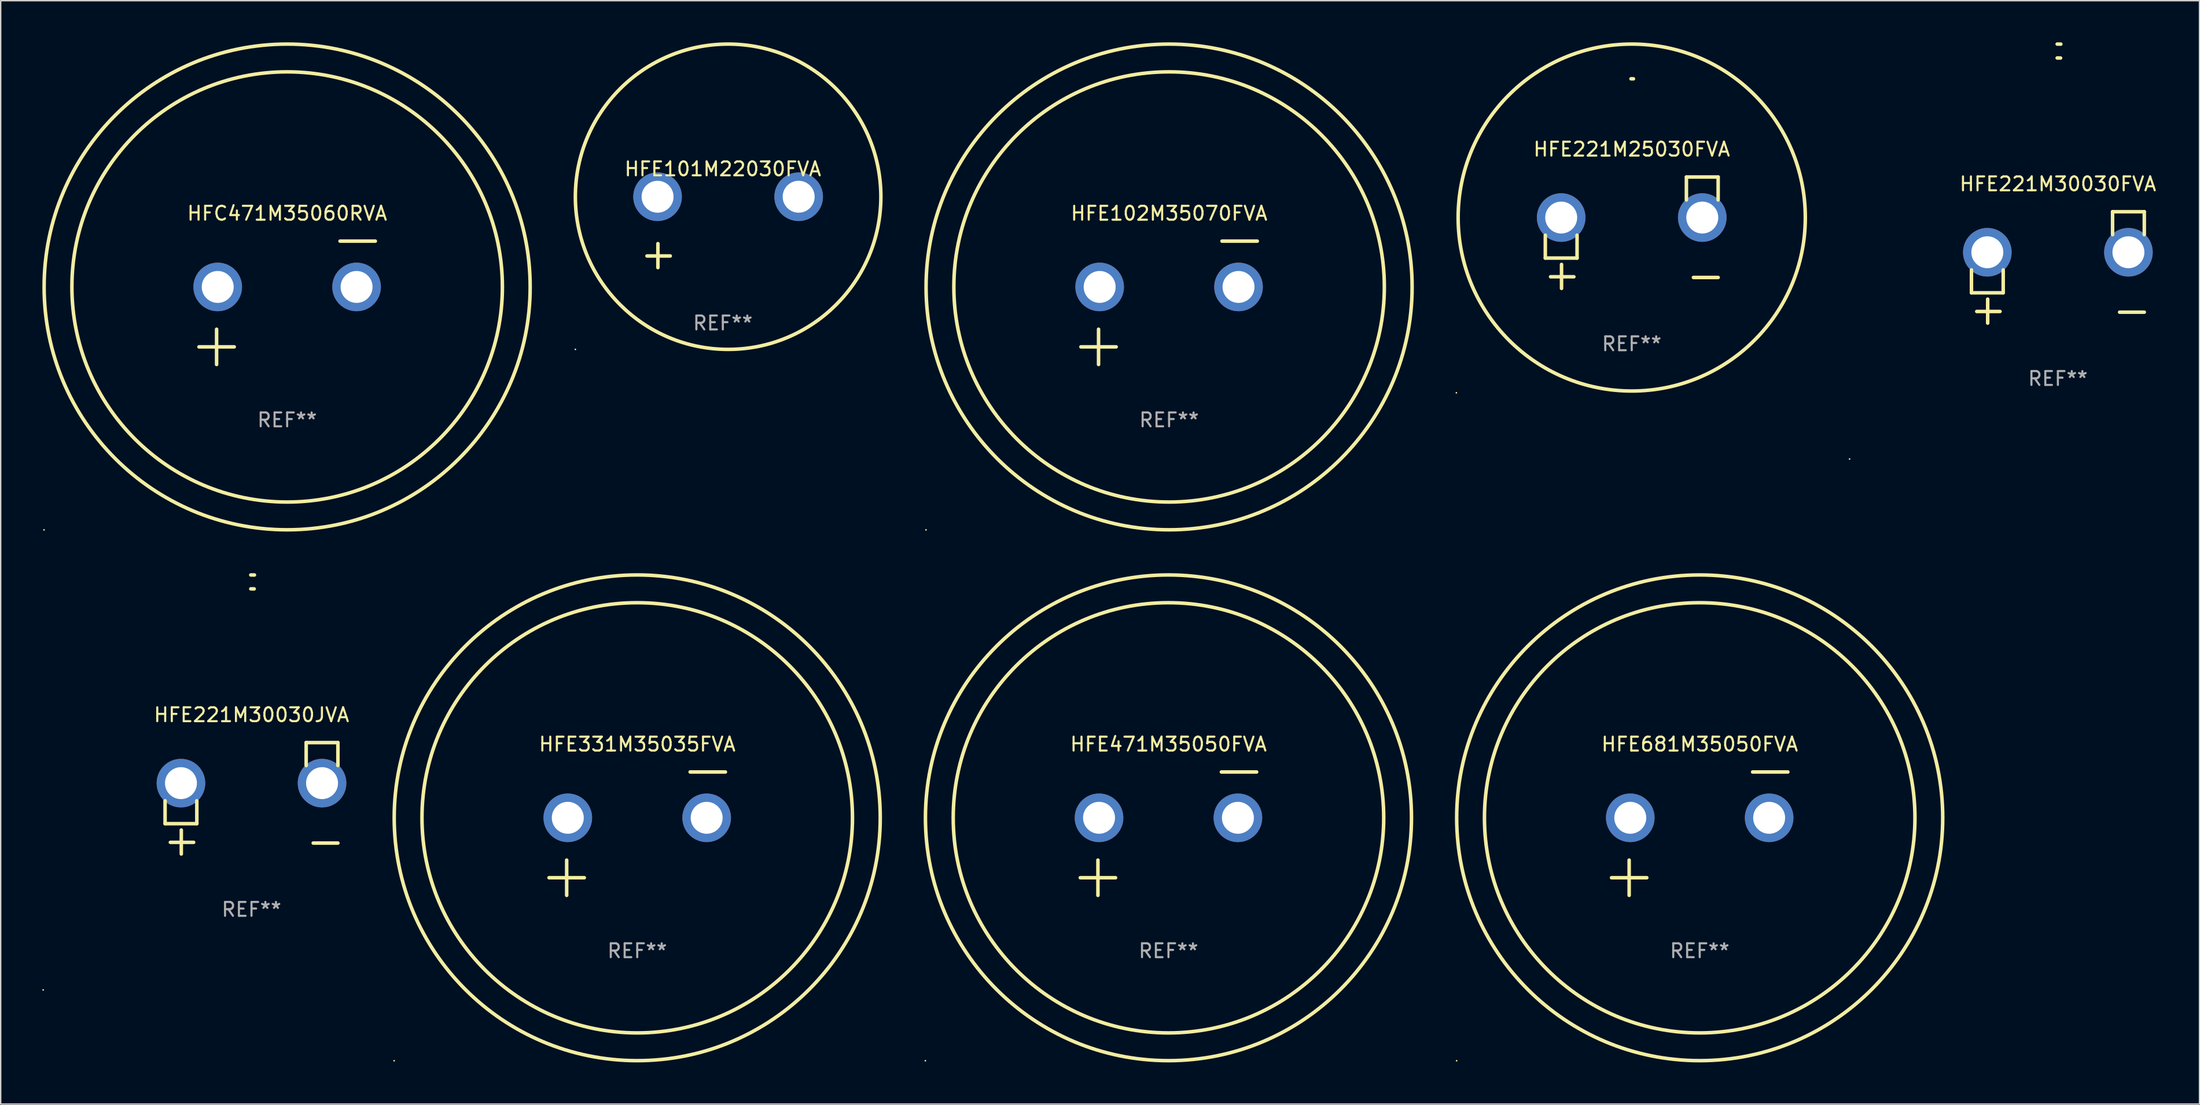
<source format=kicad_pcb>
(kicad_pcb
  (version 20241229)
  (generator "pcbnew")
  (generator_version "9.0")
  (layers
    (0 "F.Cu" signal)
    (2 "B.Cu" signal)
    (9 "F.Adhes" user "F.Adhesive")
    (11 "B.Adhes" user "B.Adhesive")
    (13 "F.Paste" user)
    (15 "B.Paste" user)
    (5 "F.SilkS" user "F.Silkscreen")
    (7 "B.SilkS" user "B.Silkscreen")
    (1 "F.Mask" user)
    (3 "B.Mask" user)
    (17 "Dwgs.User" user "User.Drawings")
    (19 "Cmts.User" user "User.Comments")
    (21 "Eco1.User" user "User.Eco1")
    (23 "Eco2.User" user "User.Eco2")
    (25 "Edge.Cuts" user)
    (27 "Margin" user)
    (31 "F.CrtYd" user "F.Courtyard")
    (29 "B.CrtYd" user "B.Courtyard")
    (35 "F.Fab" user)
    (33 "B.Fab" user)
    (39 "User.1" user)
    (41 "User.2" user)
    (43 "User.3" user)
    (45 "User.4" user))
  (footprint "HFE221M30030JVA"
    (layer "F.Cu")
    (at 15.06 54.475)
    (property "Reference" "HFE221M30030JVA" (at 0 -6.013 0) (layer "F.SilkS") (effects (font (size 1 1) (thickness 0.15))))
    (attr through_hole)
    (fp_line (start -6.223 0.178) (end -6.223 1.829) (stroke (width 0.254) (type solid)) (layer "F.SilkS"))
    (fp_line (start -6.223 1.829) (end -3.937 1.829) (stroke (width 0.254) (type solid)) (layer "F.SilkS"))
    (fp_line (start -5.055 4.013) (end -5.055 2.286) (stroke (width 0.254) (type solid)) (layer "F.SilkS"))
    (fp_line (start -4.166 3.175) (end -5.842 3.175) (stroke (width 0.254) (type solid)) (layer "F.SilkS"))
    (fp_line (start -3.937 1.829) (end -3.937 0.178) (stroke (width 0.254) (type solid)) (layer "F.SilkS"))
    (fp_line (start 3.937 -4.013) (end 3.937 -2.362) (stroke (width 0.254) (type solid)) (layer "F.SilkS"))
    (fp_line (start 6.223 -4.013) (end 3.937 -4.013) (stroke (width 0.254) (type solid)) (layer "F.SilkS"))
    (fp_line (start 6.223 -2.362) (end 6.223 -4.013) (stroke (width 0.254) (type solid)) (layer "F.SilkS"))
    (fp_line (start 6.223 3.226) (end 4.445 3.226) (stroke (width 0.254) (type solid)) (layer "F.SilkS"))
    (fp_arc (start -0.0508 -16.093472) (mid 0.080016 -16.092762) (end 0.210821 -16.090932) (stroke (width 0.254001) (type solid)) (layer "F.SilkS"))
    (fp_arc (start -0.0508 -15.09271) (mid 0.071125 -15.091961) (end 0.19304 -15.09017) (stroke (width 0.254001) (type solid)) (layer "F.SilkS"))
    (fp_circle (center -15 13.808) (end -14.97 13.808) (stroke (width 0.06) (type solid)) (fill no) (layer "F.SilkS"))
    (fp_text user "REF**" (at 0 8.013 0) (layer "F.Fab") (effects (font (size 1 1) (thickness 0.15))))
    (pad "1" thru_hole circle (at -5.08 -1.092) (size 3.5 3.5) (drill 2.3) (layers "*.Cu" "*.Mask"))
    (pad "2" thru_hole circle (at 5.08 -1.092) (size 3.5 3.5) (drill 2.3) (layers "*.Cu" "*.Mask")))
  (footprint "HFE221M30030FVA"
    (layer "F.Cu")
    (at 145.136 16.22)
    (property "Reference" "HFE221M30030FVA" (at 0 -6.013 0) (layer "F.SilkS") (effects (font (size 1 1) (thickness 0.15))))
    (attr through_hole)
    (fp_line (start -6.223 0.178) (end -6.223 1.829) (stroke (width 0.254) (type solid)) (layer "F.SilkS"))
    (fp_line (start -6.223 1.829) (end -3.937 1.829) (stroke (width 0.254) (type solid)) (layer "F.SilkS"))
    (fp_line (start -5.055 4.013) (end -5.055 2.286) (stroke (width 0.254) (type solid)) (layer "F.SilkS"))
    (fp_line (start -4.166 3.175) (end -5.842 3.175) (stroke (width 0.254) (type solid)) (layer "F.SilkS"))
    (fp_line (start -3.937 1.829) (end -3.937 0.178) (stroke (width 0.254) (type solid)) (layer "F.SilkS"))
    (fp_line (start 3.937 -4.013) (end 3.937 -2.362) (stroke (width 0.254) (type solid)) (layer "F.SilkS"))
    (fp_line (start 6.223 -4.013) (end 3.937 -4.013) (stroke (width 0.254) (type solid)) (layer "F.SilkS"))
    (fp_line (start 6.223 -2.362) (end 6.223 -4.013) (stroke (width 0.254) (type solid)) (layer "F.SilkS"))
    (fp_line (start 6.223 3.226) (end 4.445 3.226) (stroke (width 0.254) (type solid)) (layer "F.SilkS"))
    (fp_arc (start -0.0508 -16.093472) (mid 0.080016 -16.092762) (end 0.210821 -16.090932) (stroke (width 0.254001) (type solid)) (layer "F.SilkS"))
    (fp_arc (start -0.0508 -15.09271) (mid 0.071125 -15.091961) (end 0.19304 -15.09017) (stroke (width 0.254001) (type solid)) (layer "F.SilkS"))
    (fp_circle (center -15 13.808) (end -14.97 13.808) (stroke (width 0.06) (type solid)) (fill no) (layer "F.SilkS"))
    (fp_text user "REF**" (at 0 8.013 0) (layer "F.Fab") (effects (font (size 1 1) (thickness 0.15))))
    (pad "1" thru_hole circle (at -5.08 -1.092) (size 3.5 3.5) (drill 2.3) (layers "*.Cu" "*.Mask"))
    (pad "2" thru_hole circle (at 5.08 -1.092) (size 3.5 3.5) (drill 2.3) (layers "*.Cu" "*.Mask")))
  (footprint "HFE471M35050FVA"
    (layer "F.Cu")
    (at 81.09 57.024)
    (property "Reference" "HFE471M35050FVA" (at 0 -6.445 0) (layer "F.SilkS") (effects (font (size 1 1) (thickness 0.15))))
    (attr through_hole)
    (fp_line (start -6.35 3.175) (end -3.81 3.175) (stroke (width 0.254) (type solid)) (layer "F.SilkS"))
    (fp_line (start -5.08 1.905) (end -5.08 4.445) (stroke (width 0.254) (type solid)) (layer "F.SilkS"))
    (fp_line (start 3.81 -4.445) (end 6.35 -4.445) (stroke (width 0.254) (type solid)) (layer "F.SilkS"))
    (fp_circle (center -17.505 16.362) (end -17.475 16.362) (stroke (width 0.06) (type solid)) (fill no) (layer "F.SilkS"))
    (fp_circle (center 0 -1.143) (end 15.5 -1.143) (stroke (width 0.254) (type solid)) (fill no) (layer "F.SilkS"))
    (fp_circle (center 0 -1.143) (end 17.5 -1.143) (stroke (width 0.254) (type solid)) (fill no) (layer "F.SilkS"))
    (fp_text user "REF**" (at 0 8.445 0) (layer "F.Fab") (effects (font (size 1 1) (thickness 0.15))))
    (pad "1" thru_hole circle (at -5 -1.143) (size 3.5 3.5) (drill 2.3) (layers "*.Cu" "*.Mask"))
    (pad "2" thru_hole circle (at 5 -1.143) (size 3.5 3.5) (drill 2.3) (layers "*.Cu" "*.Mask")))
  (footprint "HFE681M35050FVA"
    (layer "F.Cu")
    (at 119.344 57.024)
    (property "Reference" "HFE681M35050FVA" (at 0 -6.445 0) (layer "F.SilkS") (effects (font (size 1 1) (thickness 0.15))))
    (attr through_hole)
    (fp_line (start -6.35 3.175) (end -3.81 3.175) (stroke (width 0.254) (type solid)) (layer "F.SilkS"))
    (fp_line (start -5.08 1.905) (end -5.08 4.445) (stroke (width 0.254) (type solid)) (layer "F.SilkS"))
    (fp_line (start 3.81 -4.445) (end 6.35 -4.445) (stroke (width 0.254) (type solid)) (layer "F.SilkS"))
    (fp_circle (center -17.505 16.362) (end -17.475 16.362) (stroke (width 0.06) (type solid)) (fill no) (layer "F.SilkS"))
    (fp_circle (center 0 -1.143) (end 15.5 -1.143) (stroke (width 0.254) (type solid)) (fill no) (layer "F.SilkS"))
    (fp_circle (center 0 -1.143) (end 17.5 -1.143) (stroke (width 0.254) (type solid)) (fill no) (layer "F.SilkS"))
    (fp_text user "REF**" (at 0 8.445 0) (layer "F.Fab") (effects (font (size 1 1) (thickness 0.15))))
    (pad "1" thru_hole circle (at -5 -1.143) (size 3.5 3.5) (drill 2.3) (layers "*.Cu" "*.Mask"))
    (pad "2" thru_hole circle (at 5 -1.143) (size 3.5 3.5) (drill 2.3) (layers "*.Cu" "*.Mask")))
  (footprint "HFC471M35060RVA"
    (layer "F.Cu")
    (at 17.627 18.77)
    (property "Reference" "HFC471M35060RVA" (at 0 -6.445 0) (layer "F.SilkS") (effects (font (size 1 1) (thickness 0.15))))
    (attr through_hole)
    (fp_line (start -6.35 3.175) (end -3.81 3.175) (stroke (width 0.254) (type solid)) (layer "F.SilkS"))
    (fp_line (start -5.08 1.905) (end -5.08 4.445) (stroke (width 0.254) (type solid)) (layer "F.SilkS"))
    (fp_line (start 3.81 -4.445) (end 6.35 -4.445) (stroke (width 0.254) (type solid)) (layer "F.SilkS"))
    (fp_circle (center -17.505 16.362) (end -17.475 16.362) (stroke (width 0.06) (type solid)) (fill no) (layer "F.SilkS"))
    (fp_circle (center 0 -1.143) (end 15.5 -1.143) (stroke (width 0.254) (type solid)) (fill no) (layer "F.SilkS"))
    (fp_circle (center 0 -1.143) (end 17.5 -1.143) (stroke (width 0.254) (type solid)) (fill no) (layer "F.SilkS"))
    (fp_text user "REF**" (at 0 8.445 0) (layer "F.Fab") (effects (font (size 1 1) (thickness 0.15))))
    (pad "1" thru_hole circle (at -5 -1.143) (size 3.5 3.5) (drill 2.3) (layers "*.Cu" "*.Mask"))
    (pad "2" thru_hole circle (at 5 -1.143) (size 3.5 3.5) (drill 2.3) (layers "*.Cu" "*.Mask")))
  (footprint "HFE221M25030FVA"
    (layer "F.Cu")
    (at 114.449 13.719)
    (property "Reference" "HFE221M25030FVA" (at 0 -6.013 0) (layer "F.SilkS") (effects (font (size 1 1) (thickness 0.15))))
    (attr through_hole)
    (fp_line (start -6.223 0.178) (end -6.223 1.829) (stroke (width 0.254) (type solid)) (layer "F.SilkS"))
    (fp_line (start -6.223 1.829) (end -3.937 1.829) (stroke (width 0.254) (type solid)) (layer "F.SilkS"))
    (fp_line (start -5.055 4.013) (end -5.055 2.286) (stroke (width 0.254) (type solid)) (layer "F.SilkS"))
    (fp_line (start -4.166 3.175) (end -5.842 3.175) (stroke (width 0.254) (type solid)) (layer "F.SilkS"))
    (fp_line (start -3.937 1.829) (end -3.937 0.178) (stroke (width 0.254) (type solid)) (layer "F.SilkS"))
    (fp_line (start 3.937 -4.013) (end 3.937 -2.362) (stroke (width 0.254) (type solid)) (layer "F.SilkS"))
    (fp_line (start 6.223 -4.013) (end 3.937 -4.013) (stroke (width 0.254) (type solid)) (layer "F.SilkS"))
    (fp_line (start 6.223 -2.362) (end 6.223 -4.013) (stroke (width 0.254) (type solid)) (layer "F.SilkS"))
    (fp_line (start 6.223 3.226) (end 4.445 3.226) (stroke (width 0.254) (type solid)) (layer "F.SilkS"))
    (fp_arc (start -0.0508 -11.092202) (mid 0.036835 -11.091307) (end 0.12446 -11.089662) (stroke (width 0.254001) (type solid)) (layer "F.SilkS"))
    (fp_circle (center -12.627 11.535) (end -12.597 11.535) (stroke (width 0.06) (type solid)) (fill no) (layer "F.SilkS"))
    (fp_circle (center 0 -1.092) (end 12.5 -1.092) (stroke (width 0.254) (type solid)) (fill no) (layer "F.SilkS"))
    (fp_text user "REF**" (at 0 8.013 0) (layer "F.Fab") (effects (font (size 1 1) (thickness 0.15))))
    (pad "1" thru_hole circle (at -5.08 -1.092) (size 3.5 3.5) (drill 2.3) (layers "*.Cu" "*.Mask"))
    (pad "2" thru_hole circle (at 5.08 -1.092) (size 3.5 3.5) (drill 2.3) (layers "*.Cu" "*.Mask")))
  (footprint "HFE331M35035FVA"
    (layer "F.Cu")
    (at 42.836 57.024)
    (property "Reference" "HFE331M35035FVA" (at 0 -6.445 0) (layer "F.SilkS") (effects (font (size 1 1) (thickness 0.15))))
    (attr through_hole)
    (fp_line (start -6.35 3.175) (end -3.81 3.175) (stroke (width 0.254) (type solid)) (layer "F.SilkS"))
    (fp_line (start -5.08 1.905) (end -5.08 4.445) (stroke (width 0.254) (type solid)) (layer "F.SilkS"))
    (fp_line (start 3.81 -4.445) (end 6.35 -4.445) (stroke (width 0.254) (type solid)) (layer "F.SilkS"))
    (fp_circle (center -17.505 16.362) (end -17.475 16.362) (stroke (width 0.06) (type solid)) (fill no) (layer "F.SilkS"))
    (fp_circle (center 0 -1.143) (end 15.5 -1.143) (stroke (width 0.254) (type solid)) (fill no) (layer "F.SilkS"))
    (fp_circle (center 0 -1.143) (end 17.5 -1.143) (stroke (width 0.254) (type solid)) (fill no) (layer "F.SilkS"))
    (fp_text user "REF**" (at 0 8.445 0) (layer "F.Fab") (effects (font (size 1 1) (thickness 0.15))))
    (pad "1" thru_hole circle (at -5 -1.143) (size 3.5 3.5) (drill 2.3) (layers "*.Cu" "*.Mask"))
    (pad "2" thru_hole circle (at 5 -1.143) (size 3.5 3.5) (drill 2.3) (layers "*.Cu" "*.Mask")))
  (footprint "HFE102M35070FVA"
    (layer "F.Cu")
    (at 81.135 18.77)
    (property "Reference" "HFE102M35070FVA" (at 0 -6.445 0) (layer "F.SilkS") (effects (font (size 1 1) (thickness 0.15))))
    (attr through_hole)
    (fp_line (start -6.35 3.175) (end -3.81 3.175) (stroke (width 0.254) (type solid)) (layer "F.SilkS"))
    (fp_line (start -5.08 1.905) (end -5.08 4.445) (stroke (width 0.254) (type solid)) (layer "F.SilkS"))
    (fp_line (start 3.81 -4.445) (end 6.35 -4.445) (stroke (width 0.254) (type solid)) (layer "F.SilkS"))
    (fp_circle (center -17.505 16.362) (end -17.475 16.362) (stroke (width 0.06) (type solid)) (fill no) (layer "F.SilkS"))
    (fp_circle (center 0 -1.143) (end 15.5 -1.143) (stroke (width 0.254) (type solid)) (fill no) (layer "F.SilkS"))
    (fp_circle (center 0 -1.143) (end 17.5 -1.143) (stroke (width 0.254) (type solid)) (fill no) (layer "F.SilkS"))
    (fp_text user "REF**" (at 0 8.445 0) (layer "F.Fab") (effects (font (size 1 1) (thickness 0.15))))
    (pad "1" thru_hole circle (at -5 -1.143) (size 3.5 3.5) (drill 2.3) (layers "*.Cu" "*.Mask"))
    (pad "2" thru_hole circle (at 5 -1.143) (size 3.5 3.5) (drill 2.3) (layers "*.Cu" "*.Mask")))
  (footprint "HFE101M22030FVA"
    (layer "F.Cu")
    (at 49 13.68)
    (property "Reference" "HFE101M22030FVA" (at 0 -4.553 0) (layer "F.SilkS") (effects (font (size 1 1) (thickness 0.15))))
    (attr through_hole)
    (fp_line (start -4.674 2.553) (end -4.674 0.826) (stroke (width 0.254) (type solid)) (layer "F.SilkS"))
    (fp_line (start -3.785 1.715) (end -5.461 1.715) (stroke (width 0.254) (type solid)) (layer "F.SilkS"))
    (fp_circle (center -10.619 8.447) (end -10.589 8.447) (stroke (width 0.06) (type solid)) (fill no) (layer "F.SilkS"))
    (fp_circle (center 0.381 -2.553) (end 11.381 -2.553) (stroke (width 0.254) (type solid)) (fill no) (layer "F.SilkS"))
    (fp_text user "REF**" (at 0 6.553 0) (layer "F.Fab") (effects (font (size 1 1) (thickness 0.15))))
    (pad "1" thru_hole circle (at -4.699 -2.553) (size 3.5 3.5) (drill 2.3) (layers "*.Cu" "*.Mask"))
    (pad "2" thru_hole circle (at 5.461 -2.553) (size 3.5 3.5) (drill 2.3) (layers "*.Cu" "*.Mask")))
  (gr_rect
    (start -3 -3)
    (end 155.333 76.509)
    (stroke (width 0.1) (type default))
    (fill no)
    (layer "Edge.Cuts")))
</source>
